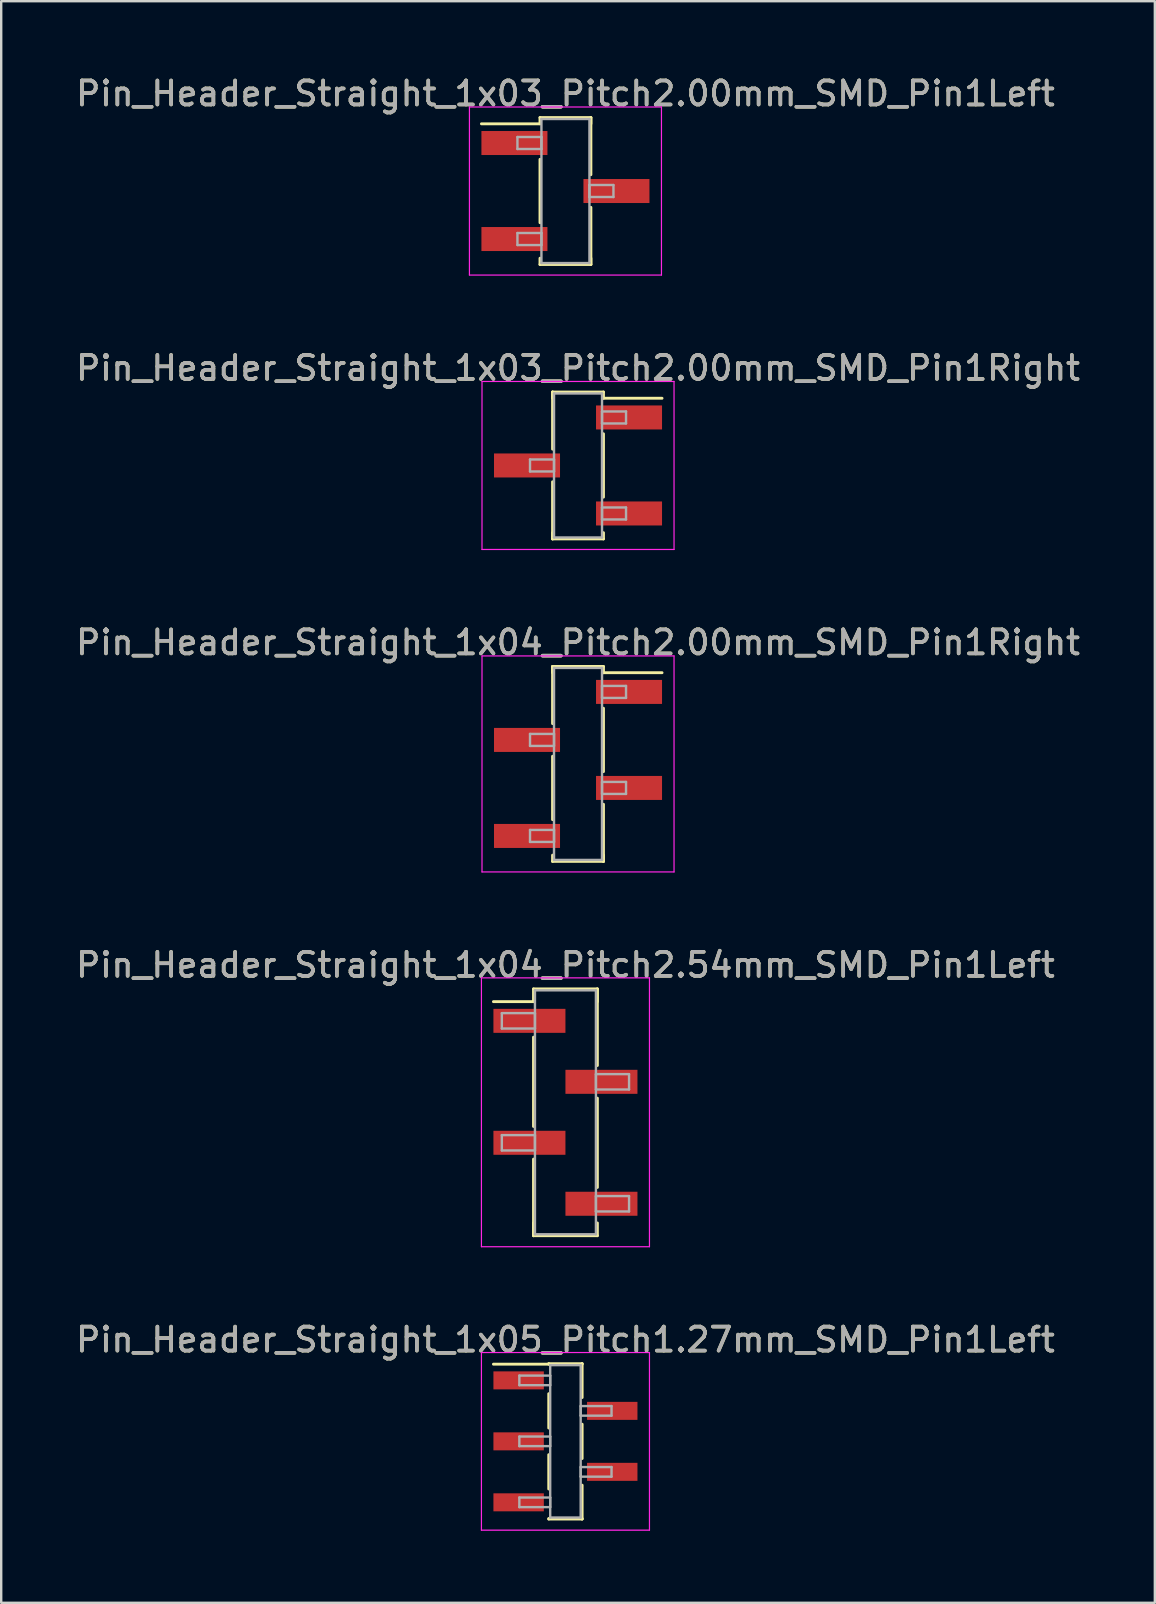
<source format=kicad_pcb>
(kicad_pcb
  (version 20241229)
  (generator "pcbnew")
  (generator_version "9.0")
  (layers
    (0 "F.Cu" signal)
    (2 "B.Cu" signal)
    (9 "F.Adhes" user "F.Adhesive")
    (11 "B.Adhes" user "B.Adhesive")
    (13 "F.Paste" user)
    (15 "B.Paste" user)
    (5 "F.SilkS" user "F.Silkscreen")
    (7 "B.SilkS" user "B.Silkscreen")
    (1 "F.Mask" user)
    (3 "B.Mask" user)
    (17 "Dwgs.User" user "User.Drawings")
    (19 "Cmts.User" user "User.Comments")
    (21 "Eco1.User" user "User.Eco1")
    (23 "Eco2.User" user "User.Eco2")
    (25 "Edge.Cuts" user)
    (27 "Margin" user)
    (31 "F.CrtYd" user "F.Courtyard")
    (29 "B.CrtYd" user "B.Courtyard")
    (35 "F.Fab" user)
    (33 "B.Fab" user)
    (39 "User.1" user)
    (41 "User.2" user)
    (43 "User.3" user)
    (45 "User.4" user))
  (footprint "Pin_Header_Straight_1x04_Pitch2.54mm_SMD_Pin1Left"
    (layer "F.Cu")
    (at 20.506 43.288)
    (property "Reference" "Pin_Header_Straight_1x04_Pitch2.54mm_SMD_Pin1Left" (at 0 -6.14 0) (layer "F.SilkS") (effects (font (size 1 1) (thickness 0.15))))
    (attr smd)
    (fp_line (start -1.33 -5.14) (end 1.33 -5.14) (stroke (width 0.12) (type solid)) (layer "F.SilkS"))
    (fp_line (start -1.33 -4.61) (end -3 -4.61) (stroke (width 0.12) (type solid)) (layer "F.SilkS"))
    (fp_line (start -1.33 -4.61) (end -1.33 -5.14) (stroke (width 0.12) (type solid)) (layer "F.SilkS"))
    (fp_line (start -1.33 -3.13) (end -1.33 0.59) (stroke (width 0.12) (type solid)) (layer "F.SilkS"))
    (fp_line (start -1.33 1.95) (end -1.33 5.14) (stroke (width 0.12) (type solid)) (layer "F.SilkS"))
    (fp_line (start -1.33 4.61) (end -1.33 5.14) (stroke (width 0.12) (type solid)) (layer "F.SilkS"))
    (fp_line (start -1.33 5.14) (end 1.33 5.14) (stroke (width 0.12) (type solid)) (layer "F.SilkS"))
    (fp_line (start 1.33 -5.14) (end 1.33 -4.61) (stroke (width 0.12) (type solid)) (layer "F.SilkS"))
    (fp_line (start 1.33 -5.14) (end 1.33 -1.95) (stroke (width 0.12) (type solid)) (layer "F.SilkS"))
    (fp_line (start 1.33 -0.59) (end 1.33 3.13) (stroke (width 0.12) (type solid)) (layer "F.SilkS"))
    (fp_line (start 1.33 5.14) (end 1.33 4.61) (stroke (width 0.12) (type solid)) (layer "F.SilkS"))
    (fp_line (start -3.5 -5.6) (end -3.5 5.6) (stroke (width 0.05) (type solid)) (layer "F.CrtYd"))
    (fp_line (start -3.5 5.6) (end 3.5 5.6) (stroke (width 0.05) (type solid)) (layer "F.CrtYd"))
    (fp_line (start 3.5 -5.6) (end -3.5 -5.6) (stroke (width 0.05) (type solid)) (layer "F.CrtYd"))
    (fp_line (start 3.5 5.6) (end 3.5 -5.6) (stroke (width 0.05) (type solid)) (layer "F.CrtYd"))
    (fp_line (start -2.65 -4.13) (end -1.27 -4.13) (stroke (width 0.1) (type solid)) (layer "F.Fab"))
    (fp_line (start -2.65 -3.49) (end -2.65 -4.13) (stroke (width 0.1) (type solid)) (layer "F.Fab"))
    (fp_line (start -2.65 0.95) (end -1.27 0.95) (stroke (width 0.1) (type solid)) (layer "F.Fab"))
    (fp_line (start -2.65 1.59) (end -2.65 0.95) (stroke (width 0.1) (type solid)) (layer "F.Fab"))
    (fp_line (start -1.27 -5.08) (end -1.27 5.08) (stroke (width 0.1) (type solid)) (layer "F.Fab"))
    (fp_line (start -1.27 -4.13) (end -1.27 -3.49) (stroke (width 0.1) (type solid)) (layer "F.Fab"))
    (fp_line (start -1.27 -3.49) (end -2.65 -3.49) (stroke (width 0.1) (type solid)) (layer "F.Fab"))
    (fp_line (start -1.27 0.95) (end -1.27 1.59) (stroke (width 0.1) (type solid)) (layer "F.Fab"))
    (fp_line (start -1.27 1.59) (end -2.65 1.59) (stroke (width 0.1) (type solid)) (layer "F.Fab"))
    (fp_line (start -1.27 5.08) (end 1.27 5.08) (stroke (width 0.1) (type solid)) (layer "F.Fab"))
    (fp_line (start 1.27 -5.08) (end -1.27 -5.08) (stroke (width 0.1) (type solid)) (layer "F.Fab"))
    (fp_line (start 1.27 -1.59) (end 1.27 -0.95) (stroke (width 0.1) (type solid)) (layer "F.Fab"))
    (fp_line (start 1.27 -0.95) (end 2.65 -0.95) (stroke (width 0.1) (type solid)) (layer "F.Fab"))
    (fp_line (start 1.27 3.49) (end 1.27 4.13) (stroke (width 0.1) (type solid)) (layer "F.Fab"))
    (fp_line (start 1.27 4.13) (end 2.65 4.13) (stroke (width 0.1) (type solid)) (layer "F.Fab"))
    (fp_line (start 1.27 5.08) (end 1.27 -5.08) (stroke (width 0.1) (type solid)) (layer "F.Fab"))
    (fp_line (start 2.65 -1.59) (end 1.27 -1.59) (stroke (width 0.1) (type solid)) (layer "F.Fab"))
    (fp_line (start 2.65 -0.95) (end 2.65 -1.59) (stroke (width 0.1) (type solid)) (layer "F.Fab"))
    (fp_line (start 2.65 3.49) (end 1.27 3.49) (stroke (width 0.1) (type solid)) (layer "F.Fab"))
    (fp_line (start 2.65 4.13) (end 2.65 3.49) (stroke (width 0.1) (type solid)) (layer "F.Fab"))
    (fp_text user "${REFERENCE}" (at 0 -6.14 0) (layer "F.Fab") (effects (font (size 1 1) (thickness 0.15))))
    (pad "1" smd rect (at -1.5 -3.81) (size 3 1) (layers "F.Cu" "F.Mask" "F.Paste"))
    (pad "2" smd rect (at 1.5 -1.27) (size 3 1) (layers "F.Cu" "F.Mask" "F.Paste"))
    (pad "3" smd rect (at -1.5 1.27) (size 3 1) (layers "F.Cu" "F.Mask" "F.Paste"))
    (pad "4" smd rect (at 1.5 3.81) (size 3 1) (layers "F.Cu" "F.Mask" "F.Paste")))
  (footprint "Pin_Header_Straight_1x05_Pitch1.27mm_SMD_Pin1Left"
    (layer "F.Cu")
    (at 20.506 56.996)
    (property "Reference" "Pin_Header_Straight_1x05_Pitch1.27mm_SMD_Pin1Left" (at 0 -4.235 0) (layer "F.SilkS") (effects (font (size 1 1) (thickness 0.15))))
    (attr smd)
    (fp_line (start -0.695 -3.235) (end 0.695 -3.235) (stroke (width 0.12) (type solid)) (layer "F.SilkS"))
    (fp_line (start -0.695 -3.215) (end -3 -3.215) (stroke (width 0.12) (type solid)) (layer "F.SilkS"))
    (fp_line (start -0.695 -3.215) (end -0.695 -3.235) (stroke (width 0.12) (type solid)) (layer "F.SilkS"))
    (fp_line (start -0.695 -1.985) (end -0.695 -0.555) (stroke (width 0.12) (type solid)) (layer "F.SilkS"))
    (fp_line (start -0.695 0.555) (end -0.695 1.985) (stroke (width 0.12) (type solid)) (layer "F.SilkS"))
    (fp_line (start -0.695 3.215) (end -0.695 3.235) (stroke (width 0.12) (type solid)) (layer "F.SilkS"))
    (fp_line (start -0.695 3.235) (end 0.695 3.235) (stroke (width 0.12) (type solid)) (layer "F.SilkS"))
    (fp_line (start 0.695 -3.235) (end 0.695 -3.215) (stroke (width 0.12) (type solid)) (layer "F.SilkS"))
    (fp_line (start 0.695 -3.235) (end 0.695 -1.825) (stroke (width 0.12) (type solid)) (layer "F.SilkS"))
    (fp_line (start 0.695 -0.715) (end 0.695 0.715) (stroke (width 0.12) (type solid)) (layer "F.SilkS"))
    (fp_line (start 0.695 1.825) (end 0.695 3.235) (stroke (width 0.12) (type solid)) (layer "F.SilkS"))
    (fp_line (start 0.695 3.235) (end 0.695 3.215) (stroke (width 0.12) (type solid)) (layer "F.SilkS"))
    (fp_line (start -3.5 -3.7) (end -3.5 3.7) (stroke (width 0.05) (type solid)) (layer "F.CrtYd"))
    (fp_line (start -3.5 3.7) (end 3.5 3.7) (stroke (width 0.05) (type solid)) (layer "F.CrtYd"))
    (fp_line (start 3.5 -3.7) (end -3.5 -3.7) (stroke (width 0.05) (type solid)) (layer "F.CrtYd"))
    (fp_line (start 3.5 3.7) (end 3.5 -3.7) (stroke (width 0.05) (type solid)) (layer "F.CrtYd"))
    (fp_line (start -1.92 -2.74) (end -0.635 -2.74) (stroke (width 0.1) (type solid)) (layer "F.Fab"))
    (fp_line (start -1.92 -2.34) (end -1.92 -2.74) (stroke (width 0.1) (type solid)) (layer "F.Fab"))
    (fp_line (start -1.92 -0.2) (end -0.635 -0.2) (stroke (width 0.1) (type solid)) (layer "F.Fab"))
    (fp_line (start -1.92 0.2) (end -1.92 -0.2) (stroke (width 0.1) (type solid)) (layer "F.Fab"))
    (fp_line (start -1.92 2.34) (end -0.635 2.34) (stroke (width 0.1) (type solid)) (layer "F.Fab"))
    (fp_line (start -1.92 2.74) (end -1.92 2.34) (stroke (width 0.1) (type solid)) (layer "F.Fab"))
    (fp_line (start -0.635 -3.175) (end -0.635 3.175) (stroke (width 0.1) (type solid)) (layer "F.Fab"))
    (fp_line (start -0.635 -2.74) (end -0.635 -2.34) (stroke (width 0.1) (type solid)) (layer "F.Fab"))
    (fp_line (start -0.635 -2.34) (end -1.92 -2.34) (stroke (width 0.1) (type solid)) (layer "F.Fab"))
    (fp_line (start -0.635 -0.2) (end -0.635 0.2) (stroke (width 0.1) (type solid)) (layer "F.Fab"))
    (fp_line (start -0.635 0.2) (end -1.92 0.2) (stroke (width 0.1) (type solid)) (layer "F.Fab"))
    (fp_line (start -0.635 2.34) (end -0.635 2.74) (stroke (width 0.1) (type solid)) (layer "F.Fab"))
    (fp_line (start -0.635 2.74) (end -1.92 2.74) (stroke (width 0.1) (type solid)) (layer "F.Fab"))
    (fp_line (start -0.635 3.175) (end 0.635 3.175) (stroke (width 0.1) (type solid)) (layer "F.Fab"))
    (fp_line (start 0.635 -3.175) (end -0.635 -3.175) (stroke (width 0.1) (type solid)) (layer "F.Fab"))
    (fp_line (start 0.635 -1.47) (end 0.635 -1.07) (stroke (width 0.1) (type solid)) (layer "F.Fab"))
    (fp_line (start 0.635 -1.07) (end 1.92 -1.07) (stroke (width 0.1) (type solid)) (layer "F.Fab"))
    (fp_line (start 0.635 1.07) (end 0.635 1.47) (stroke (width 0.1) (type solid)) (layer "F.Fab"))
    (fp_line (start 0.635 1.47) (end 1.92 1.47) (stroke (width 0.1) (type solid)) (layer "F.Fab"))
    (fp_line (start 0.635 3.175) (end 0.635 -3.175) (stroke (width 0.1) (type solid)) (layer "F.Fab"))
    (fp_line (start 1.92 -1.47) (end 0.635 -1.47) (stroke (width 0.1) (type solid)) (layer "F.Fab"))
    (fp_line (start 1.92 -1.07) (end 1.92 -1.47) (stroke (width 0.1) (type solid)) (layer "F.Fab"))
    (fp_line (start 1.92 1.07) (end 0.635 1.07) (stroke (width 0.1) (type solid)) (layer "F.Fab"))
    (fp_line (start 1.92 1.47) (end 1.92 1.07) (stroke (width 0.1) (type solid)) (layer "F.Fab"))
    (fp_text user "${REFERENCE}" (at 0 -4.235 0) (layer "F.Fab") (effects (font (size 1 1) (thickness 0.15))))
    (pad "1" smd rect (at -1.95 -2.54) (size 2.1 0.75) (layers "F.Cu" "F.Mask" "F.Paste"))
    (pad "2" smd rect (at 1.95 -1.27) (size 2.1 0.75) (layers "F.Cu" "F.Mask" "F.Paste"))
    (pad "3" smd rect (at -1.95 0) (size 2.1 0.75) (layers "F.Cu" "F.Mask" "F.Paste"))
    (pad "4" smd rect (at 1.95 1.27) (size 2.1 0.75) (layers "F.Cu" "F.Mask" "F.Paste"))
    (pad "5" smd rect (at -1.95 2.54) (size 2.1 0.75) (layers "F.Cu" "F.Mask" "F.Paste")))
  (footprint "Pin_Header_Straight_1x03_Pitch2.00mm_SMD_Pin1Left"
    (layer "F.Cu")
    (at 20.506 4.908)
    (property "Reference" "Pin_Header_Straight_1x03_Pitch2.00mm_SMD_Pin1Left" (at 0 -4.06 0) (layer "F.SilkS") (effects (font (size 1 1) (thickness 0.15))))
    (attr smd)
    (fp_line (start -1.06 -3.06) (end 1.06 -3.06) (stroke (width 0.12) (type solid)) (layer "F.SilkS"))
    (fp_line (start -1.06 -2.8) (end -3.5 -2.8) (stroke (width 0.12) (type solid)) (layer "F.SilkS"))
    (fp_line (start -1.06 -2.8) (end -1.06 -3.06) (stroke (width 0.12) (type solid)) (layer "F.SilkS"))
    (fp_line (start -1.06 -1.32) (end -1.06 1.32) (stroke (width 0.12) (type solid)) (layer "F.SilkS"))
    (fp_line (start -1.06 2.8) (end -1.06 3.06) (stroke (width 0.12) (type solid)) (layer "F.SilkS"))
    (fp_line (start -1.06 3.06) (end 1.06 3.06) (stroke (width 0.12) (type solid)) (layer "F.SilkS"))
    (fp_line (start 1.06 -3.06) (end 1.06 -2.8) (stroke (width 0.12) (type solid)) (layer "F.SilkS"))
    (fp_line (start 1.06 -3.06) (end 1.06 -0.68) (stroke (width 0.12) (type solid)) (layer "F.SilkS"))
    (fp_line (start 1.06 0.68) (end 1.06 3.06) (stroke (width 0.12) (type solid)) (layer "F.SilkS"))
    (fp_line (start 1.06 3.06) (end 1.06 2.8) (stroke (width 0.12) (type solid)) (layer "F.SilkS"))
    (fp_line (start -4 -3.5) (end -4 3.5) (stroke (width 0.05) (type solid)) (layer "F.CrtYd"))
    (fp_line (start -4 3.5) (end 4 3.5) (stroke (width 0.05) (type solid)) (layer "F.CrtYd"))
    (fp_line (start 4 -3.5) (end -4 -3.5) (stroke (width 0.05) (type solid)) (layer "F.CrtYd"))
    (fp_line (start 4 3.5) (end 4 -3.5) (stroke (width 0.05) (type solid)) (layer "F.CrtYd"))
    (fp_line (start -2 -2.25) (end -1 -2.25) (stroke (width 0.1) (type solid)) (layer "F.Fab"))
    (fp_line (start -2 -1.75) (end -2 -2.25) (stroke (width 0.1) (type solid)) (layer "F.Fab"))
    (fp_line (start -2 1.75) (end -1 1.75) (stroke (width 0.1) (type solid)) (layer "F.Fab"))
    (fp_line (start -2 2.25) (end -2 1.75) (stroke (width 0.1) (type solid)) (layer "F.Fab"))
    (fp_line (start -1 -3) (end -1 3) (stroke (width 0.1) (type solid)) (layer "F.Fab"))
    (fp_line (start -1 -2.25) (end -1 -1.75) (stroke (width 0.1) (type solid)) (layer "F.Fab"))
    (fp_line (start -1 -1.75) (end -2 -1.75) (stroke (width 0.1) (type solid)) (layer "F.Fab"))
    (fp_line (start -1 1.75) (end -1 2.25) (stroke (width 0.1) (type solid)) (layer "F.Fab"))
    (fp_line (start -1 2.25) (end -2 2.25) (stroke (width 0.1) (type solid)) (layer "F.Fab"))
    (fp_line (start -1 3) (end 1 3) (stroke (width 0.1) (type solid)) (layer "F.Fab"))
    (fp_line (start 1 -3) (end -1 -3) (stroke (width 0.1) (type solid)) (layer "F.Fab"))
    (fp_line (start 1 -0.25) (end 1 0.25) (stroke (width 0.1) (type solid)) (layer "F.Fab"))
    (fp_line (start 1 0.25) (end 2 0.25) (stroke (width 0.1) (type solid)) (layer "F.Fab"))
    (fp_line (start 1 3) (end 1 -3) (stroke (width 0.1) (type solid)) (layer "F.Fab"))
    (fp_line (start 2 -0.25) (end 1 -0.25) (stroke (width 0.1) (type solid)) (layer "F.Fab"))
    (fp_line (start 2 0.25) (end 2 -0.25) (stroke (width 0.1) (type solid)) (layer "F.Fab"))
    (fp_text user "${REFERENCE}" (at 0 -4.06 0) (layer "F.Fab") (effects (font (size 1 1) (thickness 0.15))))
    (pad "1" smd rect (at -2.125 -2) (size 2.75 1) (layers "F.Cu" "F.Mask" "F.Paste"))
    (pad "2" smd rect (at 2.125 0) (size 2.75 1) (layers "F.Cu" "F.Mask" "F.Paste"))
    (pad "3" smd rect (at -2.125 2) (size 2.75 1) (layers "F.Cu" "F.Mask" "F.Paste")))
  (footprint "Pin_Header_Straight_1x04_Pitch2.00mm_SMD_Pin1Right"
    (layer "F.Cu")
    (at 21.03 28.775)
    (property "Reference" "Pin_Header_Straight_1x04_Pitch2.00mm_SMD_Pin1Right" (at 0 -5.06 0) (layer "F.SilkS") (effects (font (size 1 1) (thickness 0.15))))
    (attr smd)
    (fp_line (start -1.06 -4.06) (end -1.06 -1.68) (stroke (width 0.12) (type solid)) (layer "F.SilkS"))
    (fp_line (start -1.06 -4.06) (end 1.06 -4.06) (stroke (width 0.12) (type solid)) (layer "F.SilkS"))
    (fp_line (start -1.06 -3.8) (end -1.06 -4.06) (stroke (width 0.12) (type solid)) (layer "F.SilkS"))
    (fp_line (start -1.06 -0.32) (end -1.06 2.32) (stroke (width 0.12) (type solid)) (layer "F.SilkS"))
    (fp_line (start -1.06 3.8) (end -1.06 4.06) (stroke (width 0.12) (type solid)) (layer "F.SilkS"))
    (fp_line (start -1.06 4.06) (end 1.06 4.06) (stroke (width 0.12) (type solid)) (layer "F.SilkS"))
    (fp_line (start 1.06 -4.06) (end 1.06 -3.8) (stroke (width 0.12) (type solid)) (layer "F.SilkS"))
    (fp_line (start 1.06 -3.8) (end 3.5 -3.8) (stroke (width 0.12) (type solid)) (layer "F.SilkS"))
    (fp_line (start 1.06 -2.32) (end 1.06 0.32) (stroke (width 0.12) (type solid)) (layer "F.SilkS"))
    (fp_line (start 1.06 1.68) (end 1.06 4.06) (stroke (width 0.12) (type solid)) (layer "F.SilkS"))
    (fp_line (start 1.06 4.06) (end 1.06 3.8) (stroke (width 0.12) (type solid)) (layer "F.SilkS"))
    (fp_line (start -4 -4.5) (end -4 4.5) (stroke (width 0.05) (type solid)) (layer "F.CrtYd"))
    (fp_line (start -4 4.5) (end 4 4.5) (stroke (width 0.05) (type solid)) (layer "F.CrtYd"))
    (fp_line (start 4 -4.5) (end -4 -4.5) (stroke (width 0.05) (type solid)) (layer "F.CrtYd"))
    (fp_line (start 4 4.5) (end 4 -4.5) (stroke (width 0.05) (type solid)) (layer "F.CrtYd"))
    (fp_line (start -2 -1.25) (end -1 -1.25) (stroke (width 0.1) (type solid)) (layer "F.Fab"))
    (fp_line (start -2 -0.75) (end -2 -1.25) (stroke (width 0.1) (type solid)) (layer "F.Fab"))
    (fp_line (start -2 2.75) (end -1 2.75) (stroke (width 0.1) (type solid)) (layer "F.Fab"))
    (fp_line (start -2 3.25) (end -2 2.75) (stroke (width 0.1) (type solid)) (layer "F.Fab"))
    (fp_line (start -1 -4) (end -1 4) (stroke (width 0.1) (type solid)) (layer "F.Fab"))
    (fp_line (start -1 -1.25) (end -1 -0.75) (stroke (width 0.1) (type solid)) (layer "F.Fab"))
    (fp_line (start -1 -0.75) (end -2 -0.75) (stroke (width 0.1) (type solid)) (layer "F.Fab"))
    (fp_line (start -1 2.75) (end -1 3.25) (stroke (width 0.1) (type solid)) (layer "F.Fab"))
    (fp_line (start -1 3.25) (end -2 3.25) (stroke (width 0.1) (type solid)) (layer "F.Fab"))
    (fp_line (start -1 4) (end 1 4) (stroke (width 0.1) (type solid)) (layer "F.Fab"))
    (fp_line (start 1 -4) (end -1 -4) (stroke (width 0.1) (type solid)) (layer "F.Fab"))
    (fp_line (start 1 -3.25) (end 1 -2.75) (stroke (width 0.1) (type solid)) (layer "F.Fab"))
    (fp_line (start 1 -2.75) (end 2 -2.75) (stroke (width 0.1) (type solid)) (layer "F.Fab"))
    (fp_line (start 1 0.75) (end 1 1.25) (stroke (width 0.1) (type solid)) (layer "F.Fab"))
    (fp_line (start 1 1.25) (end 2 1.25) (stroke (width 0.1) (type solid)) (layer "F.Fab"))
    (fp_line (start 1 4) (end 1 -4) (stroke (width 0.1) (type solid)) (layer "F.Fab"))
    (fp_line (start 2 -3.25) (end 1 -3.25) (stroke (width 0.1) (type solid)) (layer "F.Fab"))
    (fp_line (start 2 -2.75) (end 2 -3.25) (stroke (width 0.1) (type solid)) (layer "F.Fab"))
    (fp_line (start 2 0.75) (end 1 0.75) (stroke (width 0.1) (type solid)) (layer "F.Fab"))
    (fp_line (start 2 1.25) (end 2 0.75) (stroke (width 0.1) (type solid)) (layer "F.Fab"))
    (fp_text user "${REFERENCE}" (at 0 -5.06 0) (layer "F.Fab") (effects (font (size 1 1) (thickness 0.15))))
    (pad "1" smd rect (at 2.125 -3) (size 2.75 1) (layers "F.Cu" "F.Mask" "F.Paste"))
    (pad "2" smd rect (at -2.125 -1) (size 2.75 1) (layers "F.Cu" "F.Mask" "F.Paste"))
    (pad "3" smd rect (at 2.125 1) (size 2.75 1) (layers "F.Cu" "F.Mask" "F.Paste"))
    (pad "4" smd rect (at -2.125 3) (size 2.75 1) (layers "F.Cu" "F.Mask" "F.Paste")))
  (footprint "Pin_Header_Straight_1x03_Pitch2.00mm_SMD_Pin1Right"
    (layer "F.Cu")
    (at 21.03 16.341)
    (property "Reference" "Pin_Header_Straight_1x03_Pitch2.00mm_SMD_Pin1Right" (at 0 -4.06 0) (layer "F.SilkS") (effects (font (size 1 1) (thickness 0.15))))
    (attr smd)
    (fp_line (start -1.06 -3.06) (end -1.06 -0.68) (stroke (width 0.12) (type solid)) (layer "F.SilkS"))
    (fp_line (start -1.06 -3.06) (end 1.06 -3.06) (stroke (width 0.12) (type solid)) (layer "F.SilkS"))
    (fp_line (start -1.06 -2.8) (end -1.06 -3.06) (stroke (width 0.12) (type solid)) (layer "F.SilkS"))
    (fp_line (start -1.06 0.68) (end -1.06 3.06) (stroke (width 0.12) (type solid)) (layer "F.SilkS"))
    (fp_line (start -1.06 2.8) (end -1.06 3.06) (stroke (width 0.12) (type solid)) (layer "F.SilkS"))
    (fp_line (start -1.06 3.06) (end 1.06 3.06) (stroke (width 0.12) (type solid)) (layer "F.SilkS"))
    (fp_line (start 1.06 -3.06) (end 1.06 -2.8) (stroke (width 0.12) (type solid)) (layer "F.SilkS"))
    (fp_line (start 1.06 -2.8) (end 3.5 -2.8) (stroke (width 0.12) (type solid)) (layer "F.SilkS"))
    (fp_line (start 1.06 -1.32) (end 1.06 1.32) (stroke (width 0.12) (type solid)) (layer "F.SilkS"))
    (fp_line (start 1.06 3.06) (end 1.06 2.8) (stroke (width 0.12) (type solid)) (layer "F.SilkS"))
    (fp_line (start -4 -3.5) (end -4 3.5) (stroke (width 0.05) (type solid)) (layer "F.CrtYd"))
    (fp_line (start -4 3.5) (end 4 3.5) (stroke (width 0.05) (type solid)) (layer "F.CrtYd"))
    (fp_line (start 4 -3.5) (end -4 -3.5) (stroke (width 0.05) (type solid)) (layer "F.CrtYd"))
    (fp_line (start 4 3.5) (end 4 -3.5) (stroke (width 0.05) (type solid)) (layer "F.CrtYd"))
    (fp_line (start -2 -0.25) (end -1 -0.25) (stroke (width 0.1) (type solid)) (layer "F.Fab"))
    (fp_line (start -2 0.25) (end -2 -0.25) (stroke (width 0.1) (type solid)) (layer "F.Fab"))
    (fp_line (start -1 -3) (end -1 3) (stroke (width 0.1) (type solid)) (layer "F.Fab"))
    (fp_line (start -1 -0.25) (end -1 0.25) (stroke (width 0.1) (type solid)) (layer "F.Fab"))
    (fp_line (start -1 0.25) (end -2 0.25) (stroke (width 0.1) (type solid)) (layer "F.Fab"))
    (fp_line (start -1 3) (end 1 3) (stroke (width 0.1) (type solid)) (layer "F.Fab"))
    (fp_line (start 1 -3) (end -1 -3) (stroke (width 0.1) (type solid)) (layer "F.Fab"))
    (fp_line (start 1 -2.25) (end 1 -1.75) (stroke (width 0.1) (type solid)) (layer "F.Fab"))
    (fp_line (start 1 -1.75) (end 2 -1.75) (stroke (width 0.1) (type solid)) (layer "F.Fab"))
    (fp_line (start 1 1.75) (end 1 2.25) (stroke (width 0.1) (type solid)) (layer "F.Fab"))
    (fp_line (start 1 2.25) (end 2 2.25) (stroke (width 0.1) (type solid)) (layer "F.Fab"))
    (fp_line (start 1 3) (end 1 -3) (stroke (width 0.1) (type solid)) (layer "F.Fab"))
    (fp_line (start 2 -2.25) (end 1 -2.25) (stroke (width 0.1) (type solid)) (layer "F.Fab"))
    (fp_line (start 2 -1.75) (end 2 -2.25) (stroke (width 0.1) (type solid)) (layer "F.Fab"))
    (fp_line (start 2 1.75) (end 1 1.75) (stroke (width 0.1) (type solid)) (layer "F.Fab"))
    (fp_line (start 2 2.25) (end 2 1.75) (stroke (width 0.1) (type solid)) (layer "F.Fab"))
    (fp_text user "${REFERENCE}" (at 0 -4.06 0) (layer "F.Fab") (effects (font (size 1 1) (thickness 0.15))))
    (pad "1" smd rect (at 2.125 -2) (size 2.75 1) (layers "F.Cu" "F.Mask" "F.Paste"))
    (pad "2" smd rect (at -2.125 0) (size 2.75 1) (layers "F.Cu" "F.Mask" "F.Paste"))
    (pad "3" smd rect (at 2.125 2) (size 2.75 1) (layers "F.Cu" "F.Mask" "F.Paste")))
  (gr_rect
    (start -3 -3)
    (end 45.06 63.721)
    (stroke (width 0.1) (type default))
    (fill no)
    (layer "Edge.Cuts")))
</source>
